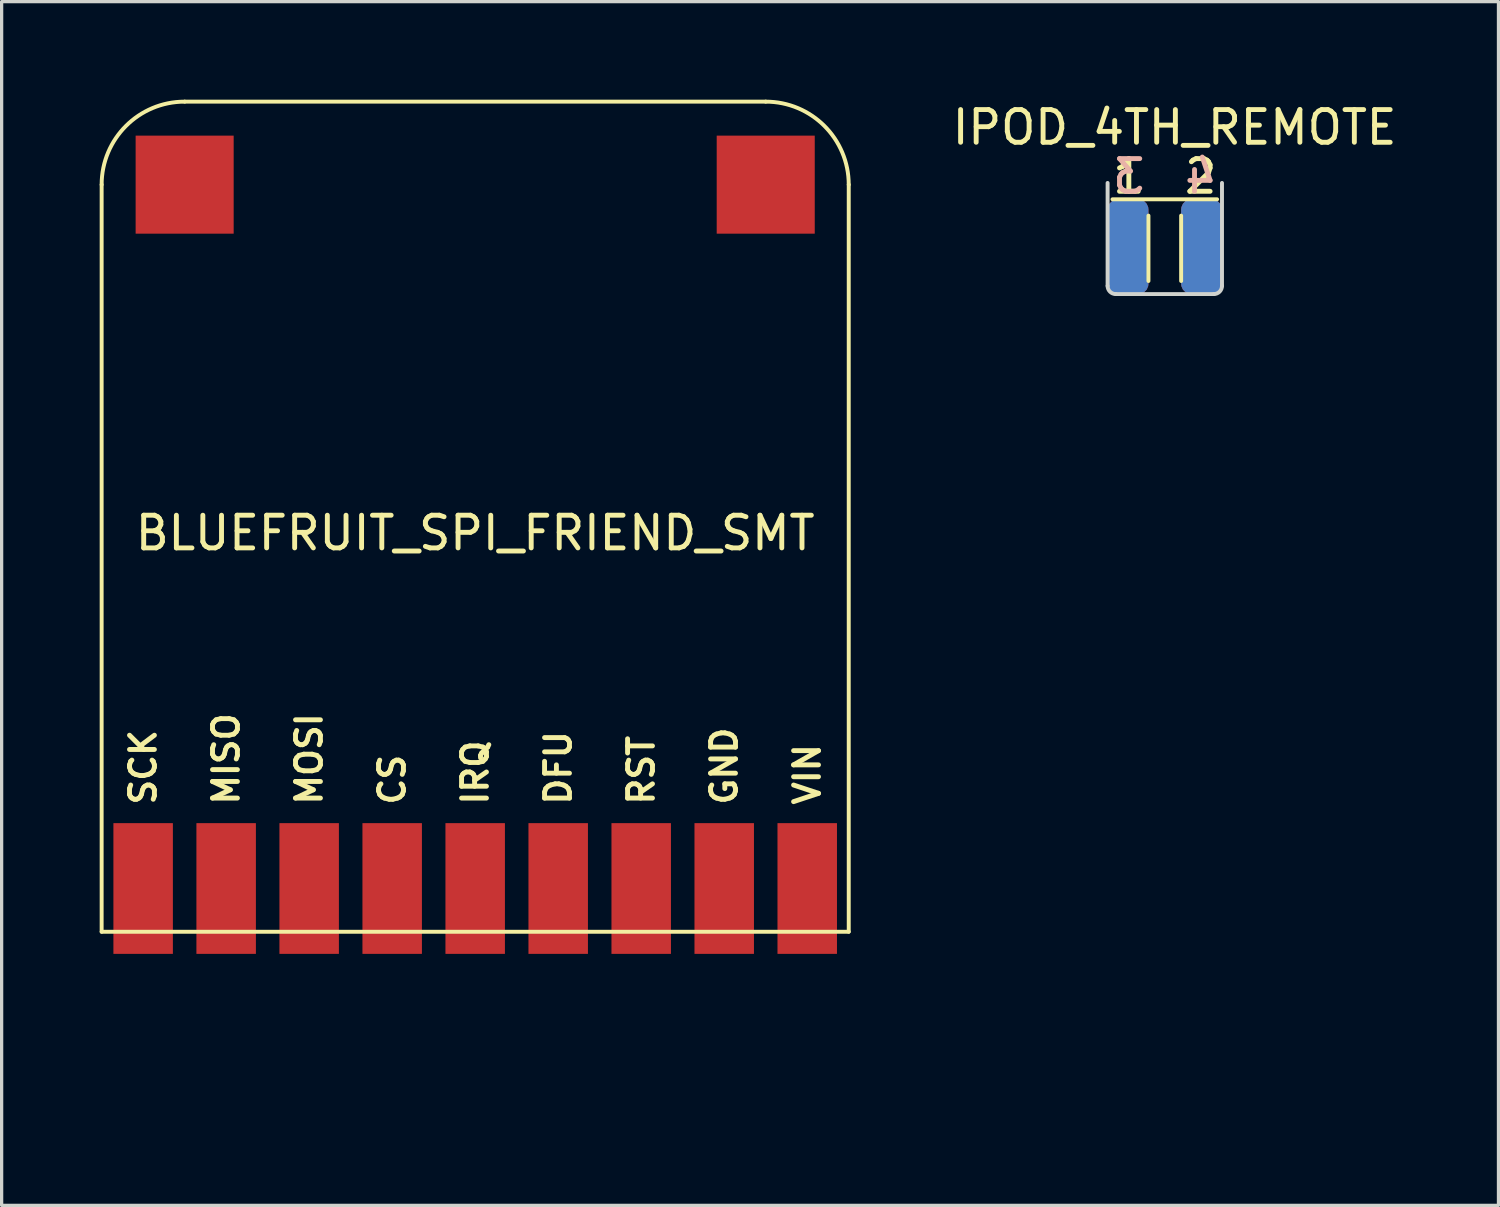
<source format=kicad_pcb>
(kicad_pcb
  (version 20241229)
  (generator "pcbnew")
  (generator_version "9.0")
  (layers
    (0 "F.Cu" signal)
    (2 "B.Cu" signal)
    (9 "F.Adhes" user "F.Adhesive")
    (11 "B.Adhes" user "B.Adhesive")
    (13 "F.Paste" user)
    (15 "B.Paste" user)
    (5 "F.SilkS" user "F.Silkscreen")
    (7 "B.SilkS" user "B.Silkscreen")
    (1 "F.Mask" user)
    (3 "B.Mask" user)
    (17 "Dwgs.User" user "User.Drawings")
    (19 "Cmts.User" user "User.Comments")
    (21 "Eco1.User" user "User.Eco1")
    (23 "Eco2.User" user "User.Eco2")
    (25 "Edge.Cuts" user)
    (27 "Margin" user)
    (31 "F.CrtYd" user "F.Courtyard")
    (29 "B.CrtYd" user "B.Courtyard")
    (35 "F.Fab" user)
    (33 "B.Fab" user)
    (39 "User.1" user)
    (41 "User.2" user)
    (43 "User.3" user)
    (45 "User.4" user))
  (footprint "BLUEFRUIT_SPI_FRIEND_SMT"
    (layer "F.Cu")
    (at 11.49 25.46)
    (property "Reference" "BLUEFRUIT_SPI_FRIEND_SMT" (at 0 -12.2 0) (layer "F.SilkS") (effects (font (size 1 1) (thickness 0.15))))
    (attr smd)
    (fp_line (start -11.43 0) (end -11.43 -22.86) (stroke (width 0.12) (type solid)) (layer "F.SilkS"))
    (fp_line (start -11.43 0) (end 11.43 0) (stroke (width 0.12) (type solid)) (layer "F.SilkS"))
    (fp_line (start -8.89 -25.4) (end 8.89 -25.4) (stroke (width 0.12) (type solid)) (layer "F.SilkS"))
    (fp_line (start 11.43 0) (end 11.43 -22.86) (stroke (width 0.12) (type solid)) (layer "F.SilkS"))
    (fp_arc (start -11.43 -22.86) (mid -10.686051 -24.656051) (end -8.89 -25.4) (stroke (width 0.12) (type solid)) (layer "F.SilkS"))
    (fp_arc (start 8.89 -25.4) (mid 10.686051 -24.656051) (end 11.43 -22.86) (stroke (width 0.12) (type solid)) (layer "F.SilkS"))
    (fp_text user "CS" (at -2.54 -3.81 90) (layer "F.SilkS") (effects (font (size 0.762 0.762) (thickness 0.15)) (justify left)))
    (fp_text user "DFU" (at 2.54 -3.81 90) (layer "F.SilkS") (effects (font (size 0.762 0.762) (thickness 0.15)) (justify left)))
    (fp_text user "IRQ" (at 0 -3.81 90) (layer "F.SilkS") (effects (font (size 0.762 0.762) (thickness 0.15)) (justify left)))
    (fp_text user "GND" (at 7.62 -3.81 90) (layer "F.SilkS") (effects (font (size 0.762 0.762) (thickness 0.15)) (justify left)))
    (fp_text user "MISO" (at -7.62 -3.81 90) (layer "F.SilkS") (effects (font (size 0.762 0.762) (thickness 0.15)) (justify left)))
    (fp_text user "SCK" (at -10.16 -3.81 90) (layer "F.SilkS") (effects (font (size 0.762 0.762) (thickness 0.15)) (justify left)))
    (fp_text user "VIN" (at 10.16 -3.81 90) (layer "F.SilkS") (effects (font (size 0.762 0.762) (thickness 0.15)) (justify left)))
    (fp_text user "RST" (at 5.08 -3.81 90) (layer "F.SilkS") (effects (font (size 0.762 0.762) (thickness 0.15)) (justify left)))
    (fp_text user "MOSI" (at -5.08 -3.81 90) (layer "F.SilkS") (effects (font (size 0.762 0.762) (thickness 0.15)) (justify left)))
    (pad "1" smd rect (at -10.16 -1.323) (size 1.82 4) (layers "F.Cu" "F.Mask" "F.Paste"))
    (pad "2" smd rect (at -7.62 -1.323) (size 1.82 4) (layers "F.Cu" "F.Mask" "F.Paste"))
    (pad "3" smd rect (at -5.08 -1.323) (size 1.82 4) (layers "F.Cu" "F.Mask" "F.Paste"))
    (pad "4" smd rect (at -2.54 -1.323) (size 1.82 4) (layers "F.Cu" "F.Mask" "F.Paste"))
    (pad "5" smd rect (at 0 -1.323) (size 1.82 4) (layers "F.Cu" "F.Mask" "F.Paste"))
    (pad "6" smd rect (at 2.54 -1.323) (size 1.82 4) (layers "F.Cu" "F.Mask" "F.Paste"))
    (pad "7" smd rect (at 5.08 -1.323) (size 1.82 4) (layers "F.Cu" "F.Mask" "F.Paste"))
    (pad "8" smd rect (at 7.62 -1.323) (size 1.82 4) (layers "F.Cu" "F.Mask" "F.Paste"))
    (pad "9" smd rect (at 10.16 -1.323) (size 1.82 4) (layers "F.Cu" "F.Mask" "F.Paste"))
    (pad "MT1" smd rect (at -8.89 -22.86) (size 3 3) (layers "F.Cu" "F.Mask" "F.Paste"))
    (pad "MT2" smd rect (at 8.89 -22.86) (size 3 3) (layers "F.Cu" "F.Mask" "F.Paste")))
  (footprint "IPOD_4TH_REMOTE"
    (layer "F.Cu")
    (at 32.591 2.548)
    (property "Reference" "IPOD_4TH_REMOTE" (at 0.3 -1.7 0) (layer "F.SilkS") (effects (font (size 1 1) (thickness 0.15))))
    (attr through_hole)
    (fp_line (start -1.6 0.5) (end 1.6 0.5) (stroke (width 0.12) (type solid)) (layer "F.SilkS"))
    (fp_line (start -0.5 1) (end -0.5 3) (stroke (width 0.12) (type solid)) (layer "F.SilkS"))
    (fp_line (start 0.5 1) (end 0.5 3) (stroke (width 0.12) (type solid)) (layer "F.SilkS"))
    (fp_line (start -1.75 0) (end -1.75 3.15) (stroke (width 0.12) (type solid)) (layer "Edge.Cuts"))
    (fp_line (start -1.5 3.4) (end 1.5 3.4) (stroke (width 0.12) (type solid)) (layer "Edge.Cuts"))
    (fp_line (start 1.75 0) (end 1.75 3.15) (stroke (width 0.12) (type solid)) (layer "Edge.Cuts"))
    (fp_arc (start -1.5 3.4) (mid -1.676777 3.326777) (end -1.75 3.15) (stroke (width 0.12) (type solid)) (layer "Edge.Cuts"))
    (fp_arc (start 1.75 3.15) (mid 1.676777 3.326777) (end 1.5 3.4) (stroke (width 0.12) (type solid)) (layer "Edge.Cuts"))
    (fp_text user "2" (at 1.1 -0.2 0) (layer "F.SilkS") (effects (font (size 1 1) (thickness 0.15))))
    (fp_text user "1" (at -1.1 -0.2 0) (layer "F.SilkS") (effects (font (size 1 1) (thickness 0.15))))
    (fp_text user "4" (at 1.1 -0.2 0) (layer "B.SilkS") (effects (font (size 1 1) (thickness 0.15)) (justify mirror)))
    (fp_text user "3" (at -1.1 -0.2 0) (layer "B.SilkS") (effects (font (size 1 1) (thickness 0.15)) (justify mirror)))
    (pad "1" smd roundrect (at -1.125 1.95) (size 1.25 2.9) (layers "F.Cu" "F.Mask" "F.Paste") (roundrect_rratio 0.25))
    (pad "2" smd roundrect (at 1.125 1.95) (size 1.25 2.9) (layers "F.Cu" "F.Mask" "F.Paste") (roundrect_rratio 0.25))
    (pad "3" smd roundrect (at -1.125 1.95) (size 1.25 2.9) (layers "B.Cu" "B.Mask" "B.Paste") (roundrect_rratio 0.25))
    (pad "4" smd roundrect (at 1.125 1.95) (size 1.25 2.9) (layers "B.Cu" "B.Mask" "B.Paste") (roundrect_rratio 0.25)))
  (footprint "OSHW-Logo2_1.3x1.3mm_Mask"
    (layer "F.Cu")
    (at 11.792 29.985)
    (property "Reference" "OSHW-Logo2_1.3x1.3mm_Mask" (at 0 0 0) (layer "F.Mask") (effects (font (size 1 1) (thickness 0.15))))
    (attr exclude_from_pos_files exclude_from_bom)
    (fp_poly (pts (xy 0.031 -0.679) (xy 0.055 -0.678) (xy 0.072 -0.678) (xy 0.083 -0.677) (xy 0.091 -0.676) (xy 0.095 -0.675) (xy 0.097 -0.672) (xy 0.098 -0.669) (xy 0.098 -0.669) (xy 0.099 -0.662) (xy 0.102 -0.647) (xy 0.106 -0.627) (xy 0.11 -0.604) (xy 0.115 -0.577) (xy 0.116 -0.576) (xy 0.12 -0.551) (xy 0.125 -0.528) (xy 0.129 -0.509) (xy 0.132 -0.497) (xy 0.134 -0.491) (xy 0.134 -0.491) (xy 0.139 -0.488) (xy 0.151 -0.484) (xy 0.165 -0.478) (xy 0.165 -0.478) (xy 0.184 -0.472) (xy 0.206 -0.463) (xy 0.226 -0.454) (xy 0.227 -0.453) (xy 0.261 -0.438) (xy 0.335 -0.489) (xy 0.357 -0.504) (xy 0.378 -0.518) (xy 0.395 -0.529) (xy 0.408 -0.537) (xy 0.415 -0.542) (xy 0.416 -0.542) (xy 0.421 -0.541) (xy 0.43 -0.534) (xy 0.444 -0.522) (xy 0.464 -0.503) (xy 0.484 -0.484) (xy 0.503 -0.465) (xy 0.52 -0.448) (xy 0.534 -0.433) (xy 0.544 -0.422) (xy 0.549 -0.416) (xy 0.549 -0.416) (xy 0.55 -0.412) (xy 0.548 -0.405) (xy 0.543 -0.395) (xy 0.534 -0.381) (xy 0.521 -0.361) (xy 0.504 -0.336) (xy 0.489 -0.313) (xy 0.475 -0.293) (xy 0.464 -0.277) (xy 0.456 -0.265) (xy 0.452 -0.258) (xy 0.452 -0.258) (xy 0.452 -0.252) (xy 0.456 -0.241) (xy 0.462 -0.226) (xy 0.464 -0.221) (xy 0.474 -0.2) (xy 0.484 -0.176) (xy 0.493 -0.155) (xy 0.499 -0.14) (xy 0.504 -0.128) (xy 0.506 -0.122) (xy 0.507 -0.121) (xy 0.512 -0.12) (xy 0.524 -0.118) (xy 0.541 -0.115) (xy 0.562 -0.111) (xy 0.586 -0.107) (xy 0.61 -0.102) (xy 0.632 -0.098) (xy 0.652 -0.094) (xy 0.668 -0.091) (xy 0.678 -0.089) (xy 0.68 -0.088) (xy 0.683 -0.087) (xy 0.685 -0.084) (xy 0.686 -0.077) (xy 0.687 -0.067) (xy 0.688 -0.052) (xy 0.688 -0.031) (xy 0.688 -0.002) (xy 0.688 0.009) (xy 0.688 0.105) (xy 0.665 0.109) (xy 0.652 0.112) (xy 0.633 0.115) (xy 0.61 0.119) (xy 0.586 0.124) (xy 0.579 0.125) (xy 0.556 0.13) (xy 0.537 0.134) (xy 0.522 0.138) (xy 0.513 0.141) (xy 0.511 0.142) (xy 0.507 0.148) (xy 0.502 0.16) (xy 0.496 0.176) (xy 0.495 0.179) (xy 0.488 0.2) (xy 0.478 0.224) (xy 0.469 0.245) (xy 0.469 0.245) (xy 0.453 0.279) (xy 0.504 0.353) (xy 0.555 0.428) (xy 0.49 0.493) (xy 0.47 0.512) (xy 0.452 0.529) (xy 0.437 0.543) (xy 0.425 0.553) (xy 0.419 0.558) (xy 0.418 0.558) (xy 0.412 0.556) (xy 0.401 0.549) (xy 0.384 0.539) (xy 0.365 0.526) (xy 0.344 0.512) (xy 0.322 0.498) (xy 0.303 0.485) (xy 0.288 0.475) (xy 0.277 0.469) (xy 0.272 0.467) (xy 0.266 0.469) (xy 0.255 0.474) (xy 0.241 0.481) (xy 0.239 0.482) (xy 0.22 0.491) (xy 0.207 0.496) (xy 0.199 0.496) (xy 0.195 0.492) (xy 0.195 0.492) (xy 0.193 0.486) (xy 0.188 0.474) (xy 0.18 0.456) (xy 0.17 0.432) (xy 0.159 0.404) (xy 0.146 0.373) (xy 0.133 0.343) (xy 0.12 0.31) (xy 0.107 0.279) (xy 0.096 0.251) (xy 0.087 0.228) (xy 0.08 0.21) (xy 0.075 0.199) (xy 0.074 0.195) (xy 0.077 0.19) (xy 0.086 0.182) (xy 0.098 0.173) (xy 0.131 0.145) (xy 0.157 0.114) (xy 0.175 0.079) (xy 0.186 0.041) (xy 0.188 0.002) (xy 0.187 -0.017) (xy 0.177 -0.055) (xy 0.161 -0.088) (xy 0.14 -0.117) (xy 0.113 -0.141) (xy 0.083 -0.159) (xy 0.05 -0.171) (xy 0.016 -0.178) (xy -0.019 -0.178) (xy -0.054 -0.171) (xy -0.088 -0.157) (xy -0.12 -0.136) (xy -0.133 -0.124) (xy -0.158 -0.093) (xy -0.176 -0.059) (xy -0.186 -0.023) (xy -0.189 0.013) (xy -0.184 0.05) (xy -0.172 0.085) (xy -0.153 0.119) (xy -0.127 0.149) (xy -0.098 0.173) (xy -0.086 0.182) (xy -0.077 0.19) (xy -0.074 0.195) (xy -0.076 0.2) (xy -0.08 0.212) (xy -0.087 0.23) (xy -0.097 0.254) (xy -0.108 0.282) (xy -0.121 0.313) (xy -0.133 0.343) (xy -0.147 0.376) (xy -0.16 0.407) (xy -0.171 0.435) (xy -0.181 0.458) (xy -0.188 0.476) (xy -0.193 0.487) (xy -0.195 0.492) (xy -0.199 0.496) (xy -0.207 0.496) (xy -0.22 0.491) (xy -0.239 0.482) (xy -0.239 0.482) (xy -0.254 0.474) (xy -0.265 0.469) (xy -0.272 0.467) (xy -0.272 0.467) (xy -0.277 0.469) (xy -0.288 0.475) (xy -0.303 0.485) (xy -0.323 0.498) (xy -0.344 0.512) (xy -0.365 0.527) (xy -0.385 0.539) (xy -0.401 0.549) (xy -0.412 0.556) (xy -0.418 0.558) (xy -0.423 0.555) (xy -0.433 0.547) (xy -0.447 0.534) (xy -0.464 0.518) (xy -0.483 0.499) (xy -0.49 0.493) (xy -0.555 0.428) (xy -0.505 0.355) (xy -0.49 0.333) (xy -0.477 0.313) (xy -0.466 0.296) (xy -0.459 0.284) (xy -0.456 0.278) (xy -0.456 0.277) (xy -0.457 0.271) (xy -0.462 0.26) (xy -0.469 0.244) (xy -0.473 0.233) (xy -0.482 0.213) (xy -0.49 0.193) (xy -0.497 0.176) (xy -0.499 0.171) (xy -0.504 0.157) (xy -0.508 0.146) (xy -0.511 0.142) (xy -0.517 0.139) (xy -0.53 0.136) (xy -0.548 0.131) (xy -0.569 0.127) (xy -0.579 0.125) (xy -0.604 0.121) (xy -0.627 0.116) (xy -0.648 0.112) (xy -0.662 0.11) (xy -0.665 0.109) (xy -0.688 0.105) (xy -0.688 0.009) (xy -0.688 -0.022) (xy -0.688 -0.046) (xy -0.687 -0.063) (xy -0.686 -0.074) (xy -0.685 -0.082) (xy -0.684 -0.086) (xy -0.681 -0.088) (xy -0.68 -0.088) (xy -0.675 -0.089) (xy -0.662 -0.092) (xy -0.645 -0.095) (xy -0.623 -0.1) (xy -0.6 -0.104) (xy -0.576 -0.109) (xy -0.553 -0.113) (xy -0.534 -0.117) (xy -0.518 -0.119) (xy -0.509 -0.121) (xy -0.507 -0.121) (xy -0.505 -0.125) (xy -0.501 -0.135) (xy -0.495 -0.149) (xy -0.493 -0.155) (xy -0.484 -0.177) (xy -0.474 -0.201) (xy -0.464 -0.221) (xy -0.457 -0.236) (xy -0.453 -0.249) (xy -0.451 -0.257) (xy -0.452 -0.258) (xy -0.455 -0.263) (xy -0.462 -0.274) (xy -0.473 -0.29) (xy -0.486 -0.309) (xy -0.501 -0.331) (xy -0.504 -0.336) (xy -0.521 -0.361) (xy -0.534 -0.381) (xy -0.543 -0.395) (xy -0.548 -0.405) (xy -0.55 -0.412) (xy -0.549 -0.416) (xy -0.549 -0.416) (xy -0.545 -0.421) (xy -0.535 -0.432) (xy -0.522 -0.446) (xy -0.505 -0.463) (xy -0.486 -0.482) (xy -0.484 -0.484) (xy -0.46 -0.507) (xy -0.441 -0.524) (xy -0.428 -0.536) (xy -0.419 -0.541) (xy -0.416 -0.542) (xy -0.41 -0.539) (xy -0.398 -0.531) (xy -0.382 -0.521) (xy -0.362 -0.507) (xy -0.34 -0.492) (xy -0.335 -0.489) (xy -0.261 -0.438) (xy -0.227 -0.453) (xy -0.207 -0.462) (xy -0.185 -0.471) (xy -0.166 -0.478) (xy -0.165 -0.478) (xy -0.151 -0.484) (xy -0.139 -0.488) (xy -0.134 -0.491) (xy -0.134 -0.491) (xy -0.132 -0.496) (xy -0.129 -0.508) (xy -0.125 -0.526) (xy -0.121 -0.549) (xy -0.116 -0.574) (xy -0.116 -0.576) (xy -0.111 -0.603) (xy -0.106 -0.627) (xy -0.102 -0.647) (xy -0.1 -0.661) (xy -0.098 -0.669) (xy -0.098 -0.669) (xy -0.097 -0.672) (xy -0.095 -0.674) (xy -0.091 -0.676) (xy -0.084 -0.677) (xy -0.073 -0.678) (xy -0.057 -0.678) (xy -0.034 -0.679) (xy -0.004 -0.679) (xy 0 -0.679) (xy 0.031 -0.679)) (stroke (width 0.01) (type solid)) (fill yes) (layer "F.Mask")))
  (gr_rect
    (start -3 -3)
    (end 42.801 33.833)
    (stroke (width 0.1) (type default))
    (fill no)
    (layer "Edge.Cuts")))
</source>
